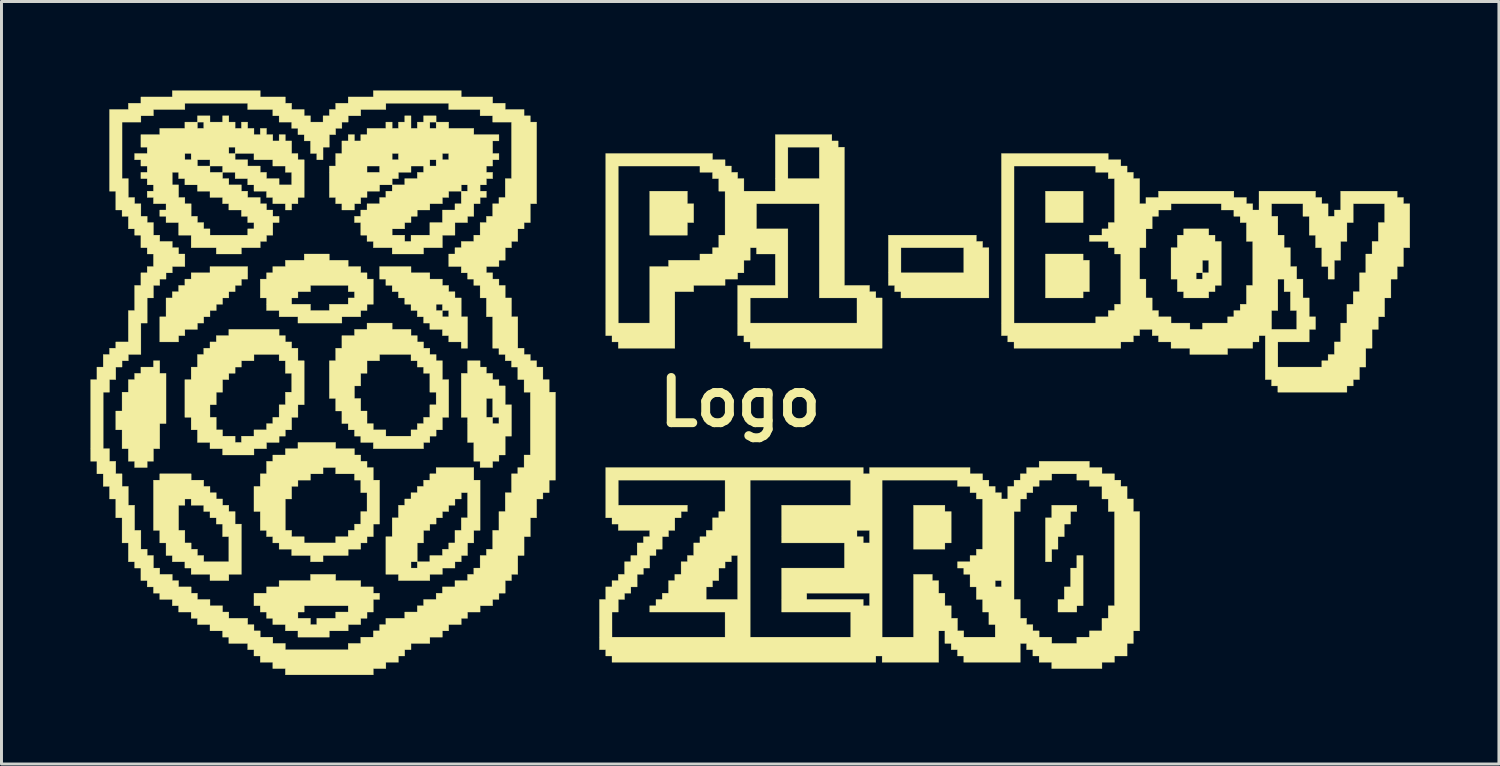
<source format=kicad_pcb>
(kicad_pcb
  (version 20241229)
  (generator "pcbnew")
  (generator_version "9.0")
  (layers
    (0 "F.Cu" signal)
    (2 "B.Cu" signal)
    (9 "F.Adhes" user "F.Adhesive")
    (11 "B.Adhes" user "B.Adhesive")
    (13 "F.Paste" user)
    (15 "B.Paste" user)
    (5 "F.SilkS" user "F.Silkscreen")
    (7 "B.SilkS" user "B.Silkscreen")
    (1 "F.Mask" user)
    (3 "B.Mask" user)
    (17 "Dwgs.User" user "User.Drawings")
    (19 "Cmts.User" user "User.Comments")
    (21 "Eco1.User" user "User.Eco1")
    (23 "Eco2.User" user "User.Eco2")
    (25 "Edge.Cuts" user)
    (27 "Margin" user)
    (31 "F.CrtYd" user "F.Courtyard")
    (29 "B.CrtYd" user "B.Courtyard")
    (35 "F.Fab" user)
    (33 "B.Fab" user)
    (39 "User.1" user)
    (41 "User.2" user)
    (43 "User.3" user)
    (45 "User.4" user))
  (footprint "Logo"
    (layer "F.Cu")
    (at 21.891 10.504)
    (property "Reference" "Logo" (at 0 0 0) (layer "F.SilkS") (effects (font (size 1.524 1.524) (thickness 0.3))))
    (attr through_hole)
    (fp_poly (pts (xy 11.557 -6.054) (xy 10.287 -6.054) (xy 10.287 -7.112) (xy 11.557 -7.112) (xy 11.557 -6.054)) (stroke (width 0.01) (type solid)) (fill yes) (layer "F.SilkS"))
    (fp_poly (pts (xy -1.778 -6.689) (xy -1.566 -6.689) (xy -1.566 -6.054) (xy -1.778 -6.054) (xy -1.778 -5.63) (xy -3.048 -5.63) (xy -3.048 -7.112) (xy -1.778 -7.112) (xy -1.778 -6.689)) (stroke (width 0.01) (type solid)) (fill yes) (layer "F.SilkS"))
    (fp_poly (pts (xy 6.9 3.683) (xy 7.112 3.683) (xy 7.112 4.741) (xy 6.9 4.741) (xy 6.9 4.953) (xy 5.842 4.953) (xy 5.842 3.471) (xy 6.9 3.471) (xy 6.9 3.683)) (stroke (width 0.01) (type solid)) (fill yes) (layer "F.SilkS"))
    (fp_poly (pts (xy 11.557 -4.784) (xy 11.769 -4.784) (xy 11.769 -3.725) (xy 11.557 -3.725) (xy 11.557 -3.514) (xy 10.287 -3.514) (xy 10.287 -4.995) (xy 11.557 -4.995) (xy 11.557 -4.784)) (stroke (width 0.01) (type solid)) (fill yes) (layer "F.SilkS"))
    (fp_poly (pts (xy 11.557 6.858) (xy 11.345 6.858) (xy 11.345 7.07) (xy 10.71 7.07) (xy 10.71 6.646) (xy 10.922 6.646) (xy 10.922 6.223) (xy 11.134 6.223) (xy 11.134 5.588) (xy 11.345 5.588) (xy 11.345 5.165) (xy 11.557 5.165) (xy 11.557 6.858)) (stroke (width 0.01) (type solid)) (fill yes) (layer "F.SilkS"))
    (fp_poly (pts (xy 11.345 3.683) (xy 11.134 3.683) (xy 11.134 4.106) (xy 10.922 4.106) (xy 10.922 4.53) (xy 10.71 4.53) (xy 10.71 4.953) (xy 10.499 4.953) (xy 10.499 5.376) (xy 10.287 5.376) (xy 10.287 3.895) (xy 10.499 3.895) (xy 10.499 3.471) (xy 11.345 3.471) (xy 11.345 3.683)) (stroke (width 0.01) (type solid)) (fill yes) (layer "F.SilkS"))
    (fp_poly (pts (xy 7.959 -5.419) (xy 8.17 -5.419) (xy 8.17 -5.207) (xy 8.382 -5.207) (xy 8.382 -3.514) (xy 5.419 -3.514) (xy 5.419 -3.725) (xy 5.207 -3.725) (xy 5.207 -3.937) (xy 4.995 -3.937) (xy 4.995 -5.207) (xy 5.419 -5.207) (xy 5.419 -4.36) (xy 7.535 -4.36) (xy 7.535 -5.207) (xy 5.419 -5.207) (xy 4.995 -5.207) (xy 4.995 -5.63) (xy 7.959 -5.63) (xy 7.959 -5.419)) (stroke (width 0.01) (type solid)) (fill yes) (layer "F.SilkS"))
    (fp_poly (pts (xy -19.558 -0.974) (xy -19.346 -0.974) (xy -19.346 0.72) (xy -19.558 0.72) (xy -19.558 1.566) (xy -19.77 1.566) (xy -19.77 1.99) (xy -19.981 1.99) (xy -19.981 2.201) (xy -20.405 2.201) (xy -20.405 1.99) (xy -20.616 1.99) (xy -20.616 1.566) (xy -20.828 1.566) (xy -20.828 0.931) (xy -21.04 0.931) (xy -21.04 0.296) (xy -20.828 0.296) (xy -20.828 -0.339) (xy -20.616 -0.339) (xy -20.616 -0.762) (xy -20.405 -0.762) (xy -20.405 -0.974) (xy -20.193 -0.974) (xy -20.193 -1.185) (xy -19.77 -1.185) (xy -19.77 -1.397) (xy -19.558 -1.397) (xy -19.558 -0.974)) (stroke (width 0.01) (type solid)) (fill yes) (layer "F.SilkS"))
    (fp_poly (pts (xy 15.79 -5.63) (xy 16.002 -5.63) (xy 16.002 -5.419) (xy 16.214 -5.419) (xy 16.214 -3.937) (xy 16.002 -3.937) (xy 16.002 -3.725) (xy 15.79 -3.725) (xy 15.79 -3.514) (xy 14.944 -3.514) (xy 14.944 -3.725) (xy 14.732 -3.725) (xy 14.732 -4.149) (xy 14.52 -4.149) (xy 14.52 -4.36) (xy 15.367 -4.36) (xy 15.367 -4.149) (xy 15.579 -4.149) (xy 15.579 -4.36) (xy 15.367 -4.36) (xy 14.52 -4.36) (xy 14.52 -4.784) (xy 15.579 -4.784) (xy 15.579 -4.36) (xy 15.79 -4.36) (xy 15.79 -4.784) (xy 15.579 -4.784) (xy 14.52 -4.784) (xy 14.52 -5.207) (xy 14.732 -5.207) (xy 14.732 -5.63) (xy 14.944 -5.63) (xy 14.944 -5.842) (xy 15.79 -5.842) (xy 15.79 -5.63)) (stroke (width 0.01) (type solid)) (fill yes) (layer "F.SilkS"))
    (fp_poly (pts (xy -16.595 -4.149) (xy -16.806 -4.149) (xy -16.806 -3.937) (xy -17.018 -3.937) (xy -17.018 -3.725) (xy -17.23 -3.725) (xy -17.23 -3.514) (xy -17.441 -3.514) (xy -17.441 -3.302) (xy -17.653 -3.302) (xy -17.653 -3.09) (xy -17.865 -3.09) (xy -17.865 -2.879) (xy -18.076 -2.879) (xy -18.076 -2.667) (xy -18.288 -2.667) (xy -18.288 -2.455) (xy -18.711 -2.455) (xy -18.711 -2.244) (xy -18.923 -2.244) (xy -18.923 -2.032) (xy -19.558 -2.032) (xy -19.558 -2.879) (xy -19.346 -2.879) (xy -19.346 -3.514) (xy -19.135 -3.514) (xy -19.135 -3.725) (xy -18.923 -3.725) (xy -18.923 -3.937) (xy -18.711 -3.937) (xy -18.711 -4.149) (xy -18.5 -4.149) (xy -18.5 -4.36) (xy -17.865 -4.36) (xy -17.865 -4.572) (xy -16.595 -4.572) (xy -16.595 -4.149)) (stroke (width 0.01) (type solid)) (fill yes) (layer "F.SilkS"))
    (fp_poly (pts (xy -8.763 -1.185) (xy -8.551 -1.185) (xy -8.551 -0.974) (xy -8.34 -0.974) (xy -8.34 -0.762) (xy -8.128 -0.762) (xy -8.128 -0.55) (xy -7.916 -0.55) (xy -7.916 0.085) (xy -7.705 0.085) (xy -7.705 1.143) (xy -7.916 1.143) (xy -7.916 1.778) (xy -8.128 1.778) (xy -8.128 1.99) (xy -8.34 1.99) (xy -8.34 2.201) (xy -8.763 2.201) (xy -8.763 1.99) (xy -8.975 1.99) (xy -8.975 1.355) (xy -9.186 1.355) (xy -9.186 0.508) (xy -9.398 0.508) (xy -9.398 -0.127) (xy -8.551 -0.127) (xy -8.551 0.508) (xy -8.34 0.508) (xy -8.34 0.72) (xy -8.128 0.72) (xy -8.128 0.508) (xy -8.34 0.508) (xy -8.34 -0.127) (xy -8.551 -0.127) (xy -9.398 -0.127) (xy -9.398 -0.974) (xy -9.186 -0.974) (xy -9.186 -1.397) (xy -8.763 -1.397) (xy -8.763 -1.185)) (stroke (width 0.01) (type solid)) (fill yes) (layer "F.SilkS"))
    (fp_poly (pts (xy -11.091 -4.36) (xy -10.456 -4.36) (xy -10.456 -4.149) (xy -10.033 -4.149) (xy -10.033 -3.937) (xy -9.821 -3.937) (xy -9.821 -3.725) (xy -9.61 -3.725) (xy -9.61 -3.514) (xy -9.398 -3.514) (xy -9.398 -2.879) (xy -9.186 -2.879) (xy -9.186 -1.82) (xy -9.398 -1.82) (xy -9.398 -2.032) (xy -9.821 -2.032) (xy -9.821 -2.244) (xy -10.033 -2.244) (xy -10.033 -2.455) (xy -10.456 -2.455) (xy -10.456 -2.667) (xy -10.668 -2.667) (xy -10.668 -2.879) (xy -10.88 -2.879) (xy -10.88 -3.09) (xy -11.091 -3.09) (xy -11.091 -3.302) (xy -10.245 -3.302) (xy -10.245 -3.09) (xy -10.033 -3.09) (xy -10.033 -2.879) (xy -9.821 -2.879) (xy -9.821 -3.09) (xy -10.033 -3.09) (xy -10.033 -3.302) (xy -10.245 -3.302) (xy -11.091 -3.302) (xy -11.303 -3.302) (xy -11.303 -3.514) (xy -11.515 -3.514) (xy -11.515 -3.725) (xy -11.726 -3.725) (xy -11.726 -3.937) (xy -11.938 -3.937) (xy -11.938 -4.149) (xy -12.15 -4.149) (xy -12.15 -4.572) (xy -11.091 -4.572) (xy -11.091 -4.36)) (stroke (width 0.01) (type solid)) (fill yes) (layer "F.SilkS"))
    (fp_poly (pts (xy -13.843 -4.784) (xy -13.208 -4.784) (xy -13.208 -4.572) (xy -12.785 -4.572) (xy -12.785 -4.36) (xy -12.573 -4.36) (xy -12.573 -4.149) (xy -12.361 -4.149) (xy -12.361 -3.302) (xy -12.573 -3.302) (xy -12.573 -3.09) (xy -12.785 -3.09) (xy -12.785 -2.879) (xy -13.42 -2.879) (xy -13.42 -2.667) (xy -14.901 -2.667) (xy -14.901 -2.879) (xy -15.536 -2.879) (xy -15.536 -3.09) (xy -15.96 -3.09) (xy -15.96 -3.514) (xy -15.113 -3.514) (xy -15.113 -3.302) (xy -14.478 -3.302) (xy -14.478 -3.09) (xy -13.843 -3.09) (xy -13.843 -3.302) (xy -13.208 -3.302) (xy -13.208 -3.514) (xy -12.996 -3.514) (xy -12.996 -3.725) (xy -13.208 -3.725) (xy -13.208 -3.937) (xy -14.478 -3.937) (xy -14.478 -3.725) (xy -14.901 -3.725) (xy -14.901 -3.514) (xy -15.113 -3.514) (xy -15.96 -3.514) (xy -16.171 -3.514) (xy -16.171 -4.149) (xy -15.96 -4.149) (xy -15.96 -4.36) (xy -15.748 -4.36) (xy -15.748 -4.572) (xy -15.325 -4.572) (xy -15.325 -4.784) (xy -14.69 -4.784) (xy -14.69 -4.995) (xy -13.843 -4.995) (xy -13.843 -4.784)) (stroke (width 0.01) (type solid)) (fill yes) (layer "F.SilkS"))
    (fp_poly (pts (xy -13.631 6.011) (xy -12.785 6.011) (xy -12.785 6.223) (xy -12.361 6.223) (xy -12.361 6.435) (xy -12.15 6.435) (xy -12.15 6.646) (xy -12.361 6.646) (xy -12.361 7.07) (xy -12.573 7.07) (xy -12.573 7.281) (xy -12.785 7.281) (xy -12.785 7.493) (xy -13.208 7.493) (xy -13.208 7.705) (xy -13.843 7.705) (xy -13.843 7.916) (xy -14.901 7.916) (xy -14.901 7.705) (xy -15.325 7.705) (xy -15.325 7.493) (xy -15.748 7.493) (xy -15.748 7.281) (xy -15.96 7.281) (xy -15.96 7.07) (xy -14.901 7.07) (xy -14.901 7.281) (xy -14.478 7.281) (xy -14.478 7.493) (xy -14.266 7.493) (xy -14.266 7.281) (xy -13.631 7.281) (xy -13.631 7.07) (xy -13.208 7.07) (xy -13.208 6.858) (xy -14.69 6.858) (xy -14.69 7.07) (xy -14.901 7.07) (xy -15.96 7.07) (xy -16.171 7.07) (xy -16.171 6.858) (xy -16.383 6.858) (xy -16.383 6.435) (xy -15.96 6.435) (xy -15.96 6.223) (xy -15.536 6.223) (xy -15.536 6.011) (xy -14.478 6.011) (xy -14.478 5.8) (xy -13.631 5.8) (xy -13.631 6.011)) (stroke (width 0.01) (type solid)) (fill yes) (layer "F.SilkS"))
    (fp_poly (pts (xy -18.5 2.625) (xy -18.076 2.625) (xy -18.076 2.836) (xy -17.865 2.836) (xy -17.865 3.048) (xy -17.653 3.048) (xy -17.653 3.26) (xy -17.441 3.26) (xy -17.441 3.471) (xy -17.23 3.471) (xy -17.23 3.683) (xy -17.018 3.683) (xy -17.018 4.106) (xy -16.806 4.106) (xy -16.806 5.8) (xy -17.23 5.8) (xy -17.23 6.011) (xy -17.865 6.011) (xy -17.865 5.8) (xy -18.5 5.8) (xy -18.5 5.588) (xy -18.711 5.588) (xy -18.711 5.376) (xy -19.135 5.376) (xy -19.135 5.165) (xy -19.346 5.165) (xy -19.346 4.741) (xy -19.558 4.741) (xy -19.558 4.318) (xy -19.77 4.318) (xy -19.77 3.471) (xy -18.923 3.471) (xy -18.923 4.318) (xy -18.711 4.318) (xy -18.711 4.741) (xy -18.5 4.741) (xy -18.5 4.953) (xy -18.288 4.953) (xy -18.288 5.165) (xy -18.076 5.165) (xy -18.076 5.376) (xy -17.23 5.376) (xy -17.23 4.53) (xy -17.441 4.53) (xy -17.441 4.106) (xy -17.653 4.106) (xy -17.653 3.895) (xy -17.865 3.895) (xy -17.865 3.683) (xy -18.076 3.683) (xy -18.076 3.471) (xy -18.5 3.471) (xy -18.5 3.26) (xy -18.711 3.26) (xy -18.711 3.471) (xy -18.923 3.471) (xy -19.77 3.471) (xy -19.77 2.625) (xy -19.558 2.625) (xy -19.558 2.413) (xy -18.5 2.413) (xy -18.5 2.625)) (stroke (width 0.01) (type solid)) (fill yes) (layer "F.SilkS"))
    (fp_poly (pts (xy -8.975 2.625) (xy -8.763 2.625) (xy -8.763 4.318) (xy -8.975 4.318) (xy -8.975 4.741) (xy -9.186 4.741) (xy -9.186 5.165) (xy -9.398 5.165) (xy -9.398 5.376) (xy -9.61 5.376) (xy -9.61 5.588) (xy -10.033 5.588) (xy -10.033 5.8) (xy -10.456 5.8) (xy -10.456 6.011) (xy -11.515 6.011) (xy -11.515 5.8) (xy -11.938 5.8) (xy -11.938 5.376) (xy -11.091 5.376) (xy -11.091 5.588) (xy -10.88 5.588) (xy -10.88 5.376) (xy -11.091 5.376) (xy -11.938 5.376) (xy -11.938 4.741) (xy -10.88 4.741) (xy -10.88 5.376) (xy -10.456 5.376) (xy -10.456 5.165) (xy -10.033 5.165) (xy -10.033 4.953) (xy -9.821 4.953) (xy -9.821 4.741) (xy -9.61 4.741) (xy -9.61 4.318) (xy -9.398 4.318) (xy -9.398 3.895) (xy -9.186 3.895) (xy -9.186 3.048) (xy -9.398 3.048) (xy -9.398 3.26) (xy -9.61 3.26) (xy -9.61 3.471) (xy -9.821 3.471) (xy -9.821 3.683) (xy -10.033 3.683) (xy -10.033 3.895) (xy -10.245 3.895) (xy -10.245 4.106) (xy -10.456 4.106) (xy -10.456 4.318) (xy -10.668 4.318) (xy -10.668 4.741) (xy -10.88 4.741) (xy -11.938 4.741) (xy -11.938 4.53) (xy -11.726 4.53) (xy -11.726 3.895) (xy -11.515 3.895) (xy -11.515 3.471) (xy -11.303 3.471) (xy -11.303 3.26) (xy -11.091 3.26) (xy -11.091 3.048) (xy -10.88 3.048) (xy -10.88 2.836) (xy -10.668 2.836) (xy -10.668 2.625) (xy -10.456 2.625) (xy -10.456 2.413) (xy -10.245 2.413) (xy -10.245 2.201) (xy -8.975 2.201) (xy -8.975 2.625)) (stroke (width 0.01) (type solid)) (fill yes) (layer "F.SilkS"))
    (fp_poly (pts (xy -13.631 1.566) (xy -12.996 1.566) (xy -12.996 1.778) (xy -12.785 1.778) (xy -12.785 1.99) (xy -12.573 1.99) (xy -12.573 2.201) (xy -12.361 2.201) (xy -12.361 2.625) (xy -12.15 2.625) (xy -12.15 4.106) (xy -12.361 4.106) (xy -12.361 4.53) (xy -12.573 4.53) (xy -12.573 4.741) (xy -12.785 4.741) (xy -12.785 4.953) (xy -13.208 4.953) (xy -13.208 5.165) (xy -14.055 5.165) (xy -14.055 5.376) (xy -14.478 5.376) (xy -14.478 5.165) (xy -15.113 5.165) (xy -15.113 4.953) (xy -15.536 4.953) (xy -15.536 4.741) (xy -15.748 4.741) (xy -15.748 4.53) (xy -15.96 4.53) (xy -15.96 4.318) (xy -16.171 4.318) (xy -16.171 3.683) (xy -16.383 3.683) (xy -16.383 3.26) (xy -15.325 3.26) (xy -15.325 4.318) (xy -15.113 4.318) (xy -15.113 4.53) (xy -14.69 4.53) (xy -14.69 4.741) (xy -13.631 4.741) (xy -13.631 4.53) (xy -13.208 4.53) (xy -13.208 4.318) (xy -12.996 4.318) (xy -12.996 4.106) (xy -12.785 4.106) (xy -12.785 3.683) (xy -12.573 3.683) (xy -12.573 3.048) (xy -12.785 3.048) (xy -12.785 2.625) (xy -12.996 2.625) (xy -12.996 2.413) (xy -13.631 2.413) (xy -13.631 2.201) (xy -14.055 2.201) (xy -14.055 2.413) (xy -14.478 2.413) (xy -14.478 2.625) (xy -14.901 2.625) (xy -14.901 2.836) (xy -15.113 2.836) (xy -15.113 3.26) (xy -15.325 3.26) (xy -16.383 3.26) (xy -16.383 2.836) (xy -16.171 2.836) (xy -16.171 2.413) (xy -15.96 2.413) (xy -15.96 1.99) (xy -15.748 1.99) (xy -15.748 1.778) (xy -15.325 1.778) (xy -15.325 1.566) (xy -14.901 1.566) (xy -14.901 1.355) (xy -13.631 1.355) (xy -13.631 1.566)) (stroke (width 0.01) (type solid)) (fill yes) (layer "F.SilkS"))
    (fp_poly (pts (xy -11.726 -2.455) (xy -11.091 -2.455) (xy -11.091 -2.244) (xy -10.88 -2.244) (xy -10.88 -2.032) (xy -10.668 -2.032) (xy -10.668 -1.82) (xy -10.456 -1.82) (xy -10.456 -1.609) (xy -10.245 -1.609) (xy -10.245 -1.397) (xy -10.033 -1.397) (xy -10.033 -0.762) (xy -9.821 -0.762) (xy -9.821 0.508) (xy -10.033 0.508) (xy -10.033 0.931) (xy -10.245 0.931) (xy -10.245 1.143) (xy -10.456 1.143) (xy -10.456 1.355) (xy -10.668 1.355) (xy -10.668 1.566) (xy -12.361 1.566) (xy -12.361 1.355) (xy -12.785 1.355) (xy -12.785 1.143) (xy -12.996 1.143) (xy -12.996 0.931) (xy -13.208 0.931) (xy -13.208 0.72) (xy -13.42 0.72) (xy -13.42 0.296) (xy -13.631 0.296) (xy -13.631 -0.127) (xy -13.843 -0.127) (xy -13.843 -0.55) (xy -12.996 -0.55) (xy -12.996 -0.127) (xy -12.785 -0.127) (xy -12.785 0.296) (xy -12.573 0.296) (xy -12.573 0.72) (xy -12.361 0.72) (xy -12.361 0.931) (xy -11.938 0.931) (xy -11.938 1.143) (xy -11.091 1.143) (xy -11.091 0.931) (xy -10.88 0.931) (xy -10.88 0.72) (xy -10.668 0.72) (xy -10.668 0.508) (xy -10.456 0.508) (xy -10.456 0.085) (xy -10.245 0.085) (xy -10.245 -0.339) (xy -10.456 -0.339) (xy -10.456 -0.974) (xy -10.668 -0.974) (xy -10.668 -1.185) (xy -10.88 -1.185) (xy -10.88 -1.397) (xy -11.091 -1.397) (xy -11.091 -1.609) (xy -12.15 -1.609) (xy -12.15 -1.397) (xy -12.573 -1.397) (xy -12.573 -0.974) (xy -12.785 -0.974) (xy -12.785 -0.55) (xy -12.996 -0.55) (xy -13.843 -0.55) (xy -13.843 -1.397) (xy -13.631 -1.397) (xy -13.631 -1.82) (xy -13.42 -1.82) (xy -13.42 -2.244) (xy -12.996 -2.244) (xy -12.996 -2.455) (xy -12.573 -2.455) (xy -12.573 -2.667) (xy -11.726 -2.667) (xy -11.726 -2.455)) (stroke (width 0.01) (type solid)) (fill yes) (layer "F.SilkS"))
    (fp_poly (pts (xy -15.536 -2.244) (xy -15.325 -2.244) (xy -15.325 -2.032) (xy -15.113 -2.032) (xy -15.113 -1.82) (xy -14.901 -1.82) (xy -14.901 -1.397) (xy -14.69 -1.397) (xy -14.69 0.085) (xy -14.901 0.085) (xy -14.901 0.508) (xy -15.113 0.508) (xy -15.113 0.931) (xy -15.325 0.931) (xy -15.325 1.143) (xy -15.536 1.143) (xy -15.536 1.355) (xy -15.96 1.355) (xy -15.96 1.566) (xy -16.383 1.566) (xy -16.383 1.778) (xy -17.441 1.778) (xy -17.441 1.566) (xy -17.865 1.566) (xy -17.865 1.355) (xy -18.288 1.355) (xy -18.288 0.931) (xy -18.5 0.931) (xy -18.5 0.508) (xy -18.711 0.508) (xy -18.711 0.085) (xy -17.865 0.085) (xy -17.865 0.508) (xy -17.653 0.508) (xy -17.653 0.931) (xy -17.441 0.931) (xy -17.441 1.143) (xy -17.018 1.143) (xy -17.018 1.355) (xy -16.806 1.355) (xy -16.806 1.143) (xy -16.383 1.143) (xy -16.383 0.931) (xy -15.96 0.931) (xy -15.96 0.72) (xy -15.748 0.72) (xy -15.748 0.508) (xy -15.536 0.508) (xy -15.536 0.085) (xy -15.325 0.085) (xy -15.325 -0.339) (xy -15.113 -0.339) (xy -15.113 -0.974) (xy -15.325 -0.974) (xy -15.325 -1.397) (xy -15.536 -1.397) (xy -15.536 -1.609) (xy -16.383 -1.609) (xy -16.383 -1.397) (xy -16.806 -1.397) (xy -16.806 -1.185) (xy -17.018 -1.185) (xy -17.018 -0.974) (xy -17.23 -0.974) (xy -17.23 -0.762) (xy -17.441 -0.762) (xy -17.441 -0.339) (xy -17.653 -0.339) (xy -17.653 0.085) (xy -17.865 0.085) (xy -18.711 0.085) (xy -18.711 -0.762) (xy -18.5 -0.762) (xy -18.5 -1.185) (xy -18.288 -1.185) (xy -18.288 -1.609) (xy -18.076 -1.609) (xy -18.076 -1.82) (xy -17.865 -1.82) (xy -17.865 -2.032) (xy -17.653 -2.032) (xy -17.653 -2.244) (xy -17.23 -2.244) (xy -17.23 -2.455) (xy -15.536 -2.455) (xy -15.536 -2.244)) (stroke (width 0.01) (type solid)) (fill yes) (layer "F.SilkS"))
    (fp_poly (pts (xy 3.09 -8.805) (xy 3.302 -8.805) (xy 3.302 -8.594) (xy 3.514 -8.594) (xy 3.514 -3.937) (xy 4.36 -3.937) (xy 4.36 -3.725) (xy 4.572 -3.725) (xy 4.572 -3.514) (xy 4.784 -3.514) (xy 4.784 -1.82) (xy 0.339 -1.82) (xy 0.339 -2.032) (xy 0.127 -2.032) (xy 0.127 -2.244) (xy -0.085 -2.244) (xy -0.085 -3.514) (xy 0.339 -3.514) (xy 0.339 -2.667) (xy 3.937 -2.667) (xy 3.937 -3.514) (xy 2.667 -3.514) (xy 2.667 -6.689) (xy 0.55 -6.689) (xy 0.55 -5.842) (xy 1.609 -5.842) (xy 1.609 -3.514) (xy 0.339 -3.514) (xy -0.085 -3.514) (xy -0.085 -3.937) (xy 1.185 -3.937) (xy 1.185 -4.995) (xy 0.55 -4.995) (xy 0.55 -5.207) (xy 0.339 -5.207) (xy 0.339 -4.784) (xy 0.127 -4.784) (xy 0.127 -4.36) (xy -0.085 -4.36) (xy -0.085 -4.149) (xy -0.508 -4.149) (xy -0.508 -3.937) (xy -1.566 -3.937) (xy -1.566 -3.725) (xy -2.201 -3.725) (xy -2.201 -1.82) (xy -4.106 -1.82) (xy -4.106 -2.032) (xy -4.318 -2.032) (xy -4.318 -2.244) (xy -4.53 -2.244) (xy -4.53 -7.959) (xy -4.106 -7.959) (xy -4.106 -2.667) (xy -3.048 -2.667) (xy -3.048 -4.572) (xy -2.413 -4.572) (xy -2.413 -4.784) (xy -1.355 -4.784) (xy -1.355 -4.995) (xy -0.931 -4.995) (xy -0.931 -5.207) (xy -0.72 -5.207) (xy -0.72 -5.63) (xy -0.508 -5.63) (xy -0.508 -7.112) (xy -0.72 -7.112) (xy -0.72 -7.535) (xy -0.931 -7.535) (xy -0.931 -7.747) (xy -1.355 -7.747) (xy -1.355 -7.959) (xy -4.106 -7.959) (xy -4.53 -7.959) (xy -4.53 -8.382) (xy -0.931 -8.382) (xy -0.931 -8.17) (xy -0.508 -8.17) (xy -0.508 -7.959) (xy -0.296 -7.959) (xy -0.296 -7.747) (xy -0.085 -7.747) (xy -0.085 -7.535) (xy 0.127 -7.535) (xy 0.127 -7.112) (xy 1.185 -7.112) (xy 1.185 -8.594) (xy 1.609 -8.594) (xy 1.609 -7.535) (xy 2.667 -7.535) (xy 2.667 -8.594) (xy 1.609 -8.594) (xy 1.185 -8.594) (xy 1.185 -9.017) (xy 3.09 -9.017) (xy 3.09 -8.805)) (stroke (width 0.01) (type solid)) (fill yes) (layer "F.SilkS"))
    (fp_poly (pts (xy -9.821 -9.44) (xy -9.821 -9.229) (xy -8.975 -9.229) (xy -8.975 -9.017) (xy -8.128 -9.017) (xy -8.128 -8.805) (xy -8.34 -8.805) (xy -8.34 -8.382) (xy -8.128 -8.382) (xy -8.128 -8.17) (xy -8.34 -8.17) (xy -8.34 -7.959) (xy -8.551 -7.959) (xy -8.551 -7.747) (xy -8.34 -7.747) (xy -8.34 -7.535) (xy -8.551 -7.535) (xy -8.551 -7.324) (xy -8.763 -7.324) (xy -8.763 -7.112) (xy -8.551 -7.112) (xy -8.551 -6.9) (xy -8.763 -6.9) (xy -8.763 -6.689) (xy -8.975 -6.689) (xy -8.975 -6.265) (xy -9.186 -6.265) (xy -9.186 -6.054) (xy -9.61 -6.054) (xy -9.61 -5.63) (xy -10.033 -5.63) (xy -10.033 -5.207) (xy -10.668 -5.207) (xy -10.668 -4.995) (xy -11.726 -4.995) (xy -11.726 -5.207) (xy -12.361 -5.207) (xy -12.361 -5.419) (xy -12.573 -5.419) (xy -12.573 -5.63) (xy -12.785 -5.63) (xy -12.785 -5.842) (xy -11.726 -5.842) (xy -11.726 -5.63) (xy -11.303 -5.63) (xy -11.303 -5.419) (xy -11.091 -5.419) (xy -11.091 -5.63) (xy -10.456 -5.63) (xy -10.456 -6.054) (xy -10.033 -6.054) (xy -10.033 -6.477) (xy -9.61 -6.477) (xy -9.61 -6.689) (xy -9.398 -6.689) (xy -9.398 -7.112) (xy -9.821 -7.112) (xy -9.821 -6.9) (xy -10.033 -6.9) (xy -10.033 -6.689) (xy -10.456 -6.689) (xy -10.456 -6.477) (xy -10.88 -6.477) (xy -10.88 -6.265) (xy -11.091 -6.265) (xy -11.091 -6.054) (xy -11.303 -6.054) (xy -11.303 -5.842) (xy -11.726 -5.842) (xy -12.785 -5.842) (xy -12.785 -6.054) (xy -12.996 -6.054) (xy -12.996 -6.265) (xy -12.785 -6.265) (xy -12.785 -6.477) (xy -12.573 -6.477) (xy -12.573 -6.689) (xy -12.15 -6.689) (xy -12.15 -6.9) (xy -11.938 -6.9) (xy -11.938 -7.112) (xy -11.726 -7.112) (xy -11.726 -7.324) (xy -12.15 -7.324) (xy -12.15 -7.112) (xy -12.573 -7.112) (xy -12.573 -6.9) (xy -12.785 -6.9) (xy -12.785 -6.689) (xy -12.996 -6.689) (xy -12.996 -6.477) (xy -13.42 -6.477) (xy -13.42 -6.689) (xy -13.631 -6.689) (xy -13.631 -6.9) (xy -13.843 -6.9) (xy -13.843 -7.535) (xy -11.726 -7.535) (xy -11.726 -7.324) (xy -11.303 -7.324) (xy -9.398 -7.324) (xy -9.398 -7.112) (xy -9.186 -7.112) (xy -9.186 -7.324) (xy -9.398 -7.324) (xy -11.303 -7.324) (xy -11.303 -7.535) (xy -10.88 -7.535) (xy -10.88 -7.747) (xy -10.668 -7.747) (xy -10.668 -7.959) (xy -11.091 -7.959) (xy -11.091 -7.747) (xy -11.515 -7.747) (xy -11.515 -7.535) (xy -11.726 -7.535) (xy -13.843 -7.535) (xy -13.843 -7.959) (xy -13.631 -7.959) (xy -12.573 -7.959) (xy -12.573 -7.747) (xy -12.15 -7.747) (xy -12.15 -7.959) (xy -12.573 -7.959) (xy -13.631 -7.959) (xy -13.631 -8.382) (xy -13.42 -8.382) (xy -11.726 -8.382) (xy -11.726 -8.17) (xy -11.515 -8.17) (xy -10.456 -8.17) (xy -10.456 -7.959) (xy -10.245 -7.959) (xy -10.245 -8.17) (xy -10.456 -8.17) (xy -11.515 -8.17) (xy -11.515 -8.382) (xy -10.033 -8.382) (xy -10.033 -8.17) (xy -9.821 -8.17) (xy -9.821 -8.382) (xy -10.033 -8.382) (xy -11.515 -8.382) (xy -11.726 -8.382) (xy -13.42 -8.382) (xy -13.42 -8.805) (xy -13.208 -8.805) (xy -13.208 -9.017) (xy -12.996 -9.017) (xy -12.996 -8.805) (xy -12.785 -8.805) (xy -12.785 -9.017) (xy -12.573 -9.017) (xy -12.573 -9.229) (xy -11.938 -9.229) (xy -11.938 -9.44) (xy -11.726 -9.44) (xy -11.726 -9.229) (xy -11.515 -9.229) (xy -11.515 -9.44) (xy -11.303 -9.44) (xy -11.303 -9.652) (xy -11.091 -9.652) (xy -11.091 -9.229) (xy -10.88 -9.229) (xy -10.88 -9.44) (xy -10.668 -9.44) (xy -10.456 -9.44) (xy -10.456 -9.229) (xy -10.245 -9.229) (xy -10.245 -9.44) (xy -10.456 -9.44) (xy -10.668 -9.44) (xy -10.668 -9.652) (xy -10.245 -9.652) (xy -10.245 -9.44) (xy -9.821 -9.44)) (stroke (width 0.01) (type solid)) (fill yes) (layer "F.SilkS"))
    (fp_poly (pts (xy -17.865 -9.44) (xy -17.441 -9.44) (xy -17.441 -9.652) (xy -17.23 -9.652) (xy -17.23 -9.44) (xy -17.018 -9.44) (xy -17.018 -9.229) (xy -16.806 -9.229) (xy -16.806 -9.44) (xy -16.595 -9.44) (xy -16.595 -9.229) (xy -16.383 -9.229) (xy -16.383 -9.017) (xy -16.171 -9.017) (xy -16.171 -9.229) (xy -15.96 -9.229) (xy -15.96 -9.017) (xy -15.748 -9.017) (xy -15.748 -8.805) (xy -15.536 -8.805) (xy -15.536 -9.017) (xy -15.325 -9.017) (xy -15.325 -8.805) (xy -15.113 -8.805) (xy -15.113 -8.382) (xy -14.901 -8.382) (xy -14.901 -8.17) (xy -14.69 -8.17) (xy -14.69 -6.9) (xy -14.901 -6.9) (xy -14.901 -6.689) (xy -15.113 -6.689) (xy -15.113 -6.477) (xy -15.325 -6.477) (xy -15.325 -6.689) (xy -15.748 -6.689) (xy -15.748 -6.9) (xy -15.96 -6.9) (xy -15.96 -7.112) (xy -16.383 -7.112) (xy -16.383 -7.324) (xy -16.595 -7.324) (xy -16.595 -7.535) (xy -17.018 -7.535) (xy -17.018 -7.747) (xy -17.441 -7.747) (xy -17.441 -7.535) (xy -17.23 -7.535) (xy -17.23 -7.324) (xy -16.806 -7.324) (xy -16.806 -7.112) (xy -16.595 -7.112) (xy -16.595 -6.9) (xy -16.171 -6.9) (xy -16.171 -6.689) (xy -15.96 -6.689) (xy -15.96 -6.477) (xy -15.748 -6.477) (xy -15.748 -6.265) (xy -15.536 -6.265) (xy -15.536 -6.054) (xy -15.748 -6.054) (xy -15.748 -5.63) (xy -15.96 -5.63) (xy -15.96 -5.419) (xy -16.171 -5.419) (xy -16.171 -5.207) (xy -16.806 -5.207) (xy -16.806 -4.995) (xy -17.653 -4.995) (xy -17.653 -5.207) (xy -18.5 -5.207) (xy -18.5 -5.63) (xy -18.923 -5.63) (xy -18.923 -6.054) (xy -19.346 -6.054) (xy -19.346 -6.265) (xy -19.558 -6.265) (xy -19.558 -6.477) (xy -19.346 -6.477) (xy -19.346 -6.689) (xy -19.77 -6.689) (xy -19.77 -6.9) (xy -19.981 -6.9) (xy -19.981 -7.112) (xy -19.77 -7.112) (xy -19.77 -7.324) (xy -19.981 -7.324) (xy -19.981 -7.535) (xy -20.193 -7.535) (xy -20.193 -7.747) (xy -19.981 -7.747) (xy -19.135 -7.747) (xy -19.135 -7.324) (xy -18.923 -7.324) (xy -18.923 -6.9) (xy -18.711 -6.9) (xy -18.711 -6.689) (xy -18.5 -6.689) (xy -18.5 -6.265) (xy -18.288 -6.265) (xy -18.288 -6.054) (xy -18.076 -6.054) (xy -18.076 -5.842) (xy -17.865 -5.842) (xy -17.865 -5.63) (xy -16.595 -5.63) (xy -16.595 -5.842) (xy -16.383 -5.842) (xy -16.383 -6.054) (xy -16.595 -6.054) (xy -16.595 -6.265) (xy -16.806 -6.265) (xy -16.806 -6.477) (xy -17.23 -6.477) (xy -17.23 -6.689) (xy -17.441 -6.689) (xy -17.441 -6.9) (xy -17.865 -6.9) (xy -17.865 -7.112) (xy -18.288 -7.112) (xy -18.288 -7.324) (xy -18.711 -7.324) (xy -18.711 -7.535) (xy -18.923 -7.535) (xy -18.923 -7.747) (xy -19.135 -7.747) (xy -19.981 -7.747) (xy -19.981 -7.959) (xy -20.193 -7.959) (xy -20.193 -8.17) (xy -20.405 -8.17) (xy -20.405 -8.382) (xy -19.981 -8.382) (xy -18.711 -8.382) (xy -18.711 -8.17) (xy -18.5 -8.17) (xy -18.288 -8.17) (xy -18.288 -7.959) (xy -17.865 -7.959) (xy -17.865 -7.747) (xy -17.441 -7.747) (xy -17.441 -7.959) (xy -17.865 -7.959) (xy -17.865 -8.17) (xy -18.288 -8.17) (xy -18.5 -8.17) (xy -18.5 -8.382) (xy -18.711 -8.382) (xy -19.981 -8.382) (xy -19.981 -8.594) (xy -17.23 -8.594) (xy -17.23 -8.382) (xy -17.018 -8.382) (xy -17.018 -8.17) (xy -16.595 -8.17) (xy -16.595 -7.959) (xy -16.171 -7.959) (xy -16.171 -7.747) (xy -15.96 -7.747) (xy -15.96 -7.535) (xy -15.536 -7.535) (xy -15.536 -7.324) (xy -15.113 -7.324) (xy -15.113 -7.747) (xy -15.325 -7.747) (xy -15.325 -7.959) (xy -15.748 -7.959) (xy -15.748 -8.17) (xy -16.383 -8.17) (xy -16.383 -8.382) (xy -17.018 -8.382) (xy -17.018 -8.594) (xy -17.23 -8.594) (xy -19.981 -8.594) (xy -20.193 -8.594) (xy -20.193 -9.017) (xy -19.558 -9.017) (xy -19.558 -9.229) (xy -18.711 -9.229) (xy -18.711 -9.44) (xy -18.288 -9.44) (xy -18.288 -9.229) (xy -18.076 -9.229) (xy -18.076 -9.44) (xy -18.288 -9.44) (xy -18.288 -9.652) (xy -17.865 -9.652) (xy -17.865 -9.44)) (stroke (width 0.01) (type solid)) (fill yes) (layer "F.SilkS"))
    (fp_poly (pts (xy 12.404 -8.17) (xy 12.827 -8.17) (xy 12.827 -7.959) (xy 13.039 -7.959) (xy 13.039 -7.747) (xy 13.25 -7.747) (xy 13.25 -7.535) (xy 13.462 -7.535) (xy 13.462 -6.689) (xy 13.674 -6.689) (xy 13.674 -6.9) (xy 14.097 -6.9) (xy 14.097 -7.112) (xy 16.637 -7.112) (xy 16.637 -6.9) (xy 17.06 -6.9) (xy 17.06 -6.689) (xy 17.272 -6.689) (xy 17.272 -6.477) (xy 17.484 -6.477) (xy 17.484 -6.689) (xy 17.907 -6.689) (xy 17.907 -6.265) (xy 18.119 -6.265) (xy 18.119 -5.63) (xy 18.33 -5.63) (xy 18.33 -5.207) (xy 18.542 -5.207) (xy 18.542 -4.572) (xy 18.754 -4.572) (xy 18.754 -4.149) (xy 18.965 -4.149) (xy 18.965 -3.514) (xy 19.177 -3.514) (xy 19.177 -2.879) (xy 19.389 -2.879) (xy 19.389 -2.455) (xy 19.177 -2.455) (xy 19.177 -2.032) (xy 18.119 -2.032) (xy 18.119 -1.185) (xy 19.6 -1.185) (xy 19.6 -1.397) (xy 19.812 -1.397) (xy 19.812 -1.609) (xy 20.024 -1.609) (xy 20.024 -2.032) (xy 20.235 -2.032) (xy 20.235 -2.667) (xy 20.447 -2.667) (xy 20.447 -3.302) (xy 20.659 -3.302) (xy 20.659 -3.725) (xy 20.87 -3.725) (xy 20.87 -4.36) (xy 21.082 -4.36) (xy 21.082 -4.995) (xy 21.294 -4.995) (xy 21.294 -5.419) (xy 21.505 -5.419) (xy 21.505 -6.054) (xy 21.717 -6.054) (xy 21.717 -6.689) (xy 20.659 -6.689) (xy 20.659 -6.054) (xy 20.447 -6.054) (xy 20.447 -5.419) (xy 20.235 -5.419) (xy 20.235 -4.784) (xy 20.024 -4.784) (xy 20.024 -4.149) (xy 19.812 -4.149) (xy 19.812 -4.572) (xy 19.6 -4.572) (xy 19.6 -5.207) (xy 19.389 -5.207) (xy 19.389 -5.63) (xy 19.177 -5.63) (xy 19.177 -6.265) (xy 18.965 -6.265) (xy 18.965 -6.689) (xy 17.907 -6.689) (xy 17.484 -6.689) (xy 17.484 -7.112) (xy 19.389 -7.112) (xy 19.389 -6.9) (xy 19.6 -6.9) (xy 19.6 -6.689) (xy 19.812 -6.689) (xy 19.812 -6.265) (xy 20.024 -6.265) (xy 20.024 -6.477) (xy 20.235 -6.477) (xy 20.235 -7.112) (xy 22.14 -7.112) (xy 22.14 -6.9) (xy 22.352 -6.9) (xy 22.352 -6.689) (xy 22.564 -6.689) (xy 22.564 -5.207) (xy 22.352 -5.207) (xy 22.352 -4.572) (xy 22.14 -4.572) (xy 22.14 -4.149) (xy 21.929 -4.149) (xy 21.929 -3.514) (xy 21.717 -3.514) (xy 21.717 -2.879) (xy 21.505 -2.879) (xy 21.505 -2.455) (xy 21.294 -2.455) (xy 21.294 -1.82) (xy 21.082 -1.82) (xy 21.082 -1.185) (xy 20.87 -1.185) (xy 20.87 -0.762) (xy 20.659 -0.762) (xy 20.659 -0.55) (xy 20.447 -0.55) (xy 20.447 -0.339) (xy 18.119 -0.339) (xy 18.119 -0.55) (xy 17.907 -0.55) (xy 17.907 -0.762) (xy 17.695 -0.762) (xy 17.695 -2.244) (xy 17.484 -2.244) (xy 17.484 -2.032) (xy 17.272 -2.032) (xy 17.272 -1.82) (xy 16.425 -1.82) (xy 16.425 -1.609) (xy 15.155 -1.609) (xy 15.155 -1.82) (xy 14.52 -1.82) (xy 14.52 -2.032) (xy 14.097 -2.032) (xy 14.097 -2.244) (xy 13.885 -2.244) (xy 13.885 -2.455) (xy 13.462 -2.455) (xy 13.462 -2.244) (xy 13.25 -2.244) (xy 13.25 -2.032) (xy 12.827 -2.032) (xy 12.827 -1.82) (xy 9.229 -1.82) (xy 9.229 -2.032) (xy 9.017 -2.032) (xy 9.017 -2.244) (xy 8.805 -2.244) (xy 8.805 -7.959) (xy 9.229 -7.959) (xy 9.229 -2.667) (xy 11.98 -2.667) (xy 11.98 -2.879) (xy 12.404 -2.879) (xy 12.404 -3.09) (xy 12.615 -3.09) (xy 12.615 -3.302) (xy 12.827 -3.302) (xy 12.827 -4.995) (xy 12.615 -4.995) (xy 12.615 -5.207) (xy 13.462 -5.207) (xy 13.462 -4.149) (xy 13.674 -4.149) (xy 13.674 -3.514) (xy 13.885 -3.514) (xy 13.885 -3.09) (xy 14.097 -3.09) (xy 14.097 -2.879) (xy 14.52 -2.879) (xy 14.52 -2.667) (xy 15.155 -2.667) (xy 15.155 -2.455) (xy 15.579 -2.455) (xy 15.579 -2.667) (xy 16.425 -2.667) (xy 16.425 -2.879) (xy 16.637 -2.879) (xy 16.637 -3.09) (xy 16.849 -3.09) (xy 17.907 -3.09) (xy 17.907 -2.455) (xy 18.754 -2.455) (xy 18.754 -3.09) (xy 18.542 -3.09) (xy 18.542 -3.725) (xy 18.33 -3.725) (xy 18.33 -4.149) (xy 18.119 -4.149) (xy 18.119 -3.09) (xy 17.907 -3.09) (xy 16.849 -3.09) (xy 16.849 -3.302) (xy 17.06 -3.302) (xy 17.06 -3.937) (xy 17.272 -3.937) (xy 17.272 -5.419) (xy 17.06 -5.419) (xy 17.06 -6.054) (xy 16.849 -6.054) (xy 16.849 -6.265) (xy 16.637 -6.265) (xy 16.637 -6.477) (xy 16.214 -6.477) (xy 16.214 -6.689) (xy 14.52 -6.689) (xy 14.52 -6.477) (xy 14.097 -6.477) (xy 14.097 -6.265) (xy 13.885 -6.265) (xy 13.885 -5.842) (xy 13.674 -5.842) (xy 13.674 -5.207) (xy 13.462 -5.207) (xy 12.615 -5.207) (xy 12.404 -5.207) (xy 12.404 -5.419) (xy 11.769 -5.419) (xy 11.769 -5.63) (xy 12.192 -5.63) (xy 12.192 -5.842) (xy 12.404 -5.842) (xy 12.404 -6.054) (xy 12.615 -6.054) (xy 12.615 -7.535) (xy 12.404 -7.535) (xy 12.404 -7.747) (xy 11.98 -7.747) (xy 11.98 -7.959) (xy 9.229 -7.959) (xy 8.805 -7.959) (xy 8.805 -8.382) (xy 12.404 -8.382) (xy 12.404 -8.17)) (stroke (width 0.01) (type solid)) (fill yes) (layer "F.SilkS"))
    (fp_poly (pts (xy 11.769 2.201) (xy 12.192 2.201) (xy 12.192 2.413) (xy 12.615 2.413) (xy 12.615 2.625) (xy 12.827 2.625) (xy 12.827 2.836) (xy 13.039 2.836) (xy 13.039 3.26) (xy 13.25 3.26) (xy 13.25 3.683) (xy 13.462 3.683) (xy 13.462 7.705) (xy 13.25 7.705) (xy 13.25 8.128) (xy 13.039 8.128) (xy 13.039 8.551) (xy 12.615 8.551) (xy 12.615 8.763) (xy 12.192 8.763) (xy 12.192 8.975) (xy 10.499 8.975) (xy 10.499 8.763) (xy 10.075 8.763) (xy 10.075 8.551) (xy 9.864 8.551) (xy 9.864 8.34) (xy 9.652 8.34) (xy 9.652 8.128) (xy 9.44 8.128) (xy 9.44 8.763) (xy 7.535 8.763) (xy 7.535 8.551) (xy 7.324 8.551) (xy 7.324 8.34) (xy 7.112 8.34) (xy 7.112 8.128) (xy 6.9 8.128) (xy 6.9 7.705) (xy 6.689 7.705) (xy 6.689 8.763) (xy 4.784 8.763) (xy 4.784 8.551) (xy 4.572 8.551) (xy 4.572 8.763) (xy -4.318 8.763) (xy -4.318 8.551) (xy -4.53 8.551) (xy -4.53 8.34) (xy -4.741 8.34) (xy -4.741 7.07) (xy -4.318 7.07) (xy -4.318 7.916) (xy -0.508 7.916) (xy -0.508 7.07) (xy -3.048 7.07) (xy -3.048 6.858) (xy -2.836 6.858) (xy -2.836 6.646) (xy -2.625 6.646) (xy -2.625 6.435) (xy -2.413 6.435) (xy -2.413 6.223) (xy -1.143 6.223) (xy -1.143 6.646) (xy -0.085 6.646) (xy -0.085 5.165) (xy -0.296 5.165) (xy -0.296 5.376) (xy -0.508 5.376) (xy -0.508 5.588) (xy -0.72 5.588) (xy -0.72 6.011) (xy -0.931 6.011) (xy -0.931 6.223) (xy -1.143 6.223) (xy -2.413 6.223) (xy -2.413 6.011) (xy -2.201 6.011) (xy -2.201 5.8) (xy -1.99 5.8) (xy -1.99 5.376) (xy -1.778 5.376) (xy -1.778 5.165) (xy -1.566 5.165) (xy -1.566 4.741) (xy -1.355 4.741) (xy -1.355 4.53) (xy -1.143 4.53) (xy -1.143 4.318) (xy -0.931 4.318) (xy -0.931 3.895) (xy -0.72 3.895) (xy -0.72 3.683) (xy -0.508 3.683) (xy -0.508 2.625) (xy 0.339 2.625) (xy 0.339 7.916) (xy 3.725 7.916) (xy 3.725 7.07) (xy 1.397 7.07) (xy 1.397 6.435) (xy 2.244 6.435) (xy 2.244 6.646) (xy 4.149 6.646) (xy 4.149 6.858) (xy 4.36 6.858) (xy 4.36 6.435) (xy 2.244 6.435) (xy 1.397 6.435) (xy 1.397 5.588) (xy 3.514 5.588) (xy 3.514 4.741) (xy 1.397 4.741) (xy 1.397 4.318) (xy 3.937 4.318) (xy 3.937 4.53) (xy 4.149 4.53) (xy 4.149 4.741) (xy 4.36 4.741) (xy 4.36 4.318) (xy 3.937 4.318) (xy 1.397 4.318) (xy 1.397 3.471) (xy 3.725 3.471) (xy 3.725 2.625) (xy 4.784 2.625) (xy 4.784 7.916) (xy 5.842 7.916) (xy 5.842 5.8) (xy 6.477 5.8) (xy 6.477 6.011) (xy 6.689 6.011) (xy 6.689 6.435) (xy 6.9 6.435) (xy 6.9 6.858) (xy 7.112 6.858) (xy 7.112 7.281) (xy 7.324 7.281) (xy 7.324 7.705) (xy 7.535 7.705) (xy 7.535 7.916) (xy 8.594 7.916) (xy 8.594 7.493) (xy 8.382 7.493) (xy 8.382 7.07) (xy 8.17 7.07) (xy 8.17 6.646) (xy 7.959 6.646) (xy 7.959 6.223) (xy 7.747 6.223) (xy 7.747 6.011) (xy 8.594 6.011) (xy 8.594 6.223) (xy 8.805 6.223) (xy 8.805 6.011) (xy 8.594 6.011) (xy 7.747 6.011) (xy 7.747 5.8) (xy 7.535 5.8) (xy 7.535 5.588) (xy 7.324 5.588) (xy 7.324 5.376) (xy 7.747 5.376) (xy 7.747 5.165) (xy 7.959 5.165) (xy 7.959 4.953) (xy 8.17 4.953) (xy 8.17 3.683) (xy 9.229 3.683) (xy 9.229 6.646) (xy 9.44 6.646) (xy 9.44 7.281) (xy 9.652 7.281) (xy 9.652 7.493) (xy 9.864 7.493) (xy 9.864 7.705) (xy 10.075 7.705) (xy 10.075 7.916) (xy 10.499 7.916) (xy 10.499 8.128) (xy 11.345 8.128) (xy 11.345 7.916) (xy 11.769 7.916) (xy 11.769 7.705) (xy 12.192 7.705) (xy 12.192 7.281) (xy 12.404 7.281) (xy 12.404 6.858) (xy 12.615 6.858) (xy 12.615 3.683) (xy 12.404 3.683) (xy 12.404 3.26) (xy 12.192 3.26) (xy 12.192 2.836) (xy 11.769 2.836) (xy 11.769 2.625) (xy 11.345 2.625) (xy 11.345 2.413) (xy 10.499 2.413) (xy 10.499 2.625) (xy 10.075 2.625) (xy 10.075 2.836) (xy 9.864 2.836) (xy 9.864 3.048) (xy 9.652 3.048) (xy 9.652 3.26) (xy 9.44 3.26) (xy 9.44 3.683) (xy 9.229 3.683) (xy 8.17 3.683) (xy 8.17 3.26) (xy 7.959 3.26) (xy 7.959 3.048) (xy 7.747 3.048) (xy 7.747 2.836) (xy 7.324 2.836) (xy 7.324 2.625) (xy 4.784 2.625) (xy 3.725 2.625) (xy 0.339 2.625) (xy -0.508 2.625) (xy -4.106 2.625) (xy -4.106 3.471) (xy -1.778 3.471) (xy -1.778 3.683) (xy -1.99 3.683) (xy -1.99 3.895) (xy -2.201 3.895) (xy -2.201 4.318) (xy -2.413 4.318) (xy -2.413 4.53) (xy -2.625 4.53) (xy -2.625 4.953) (xy -2.836 4.953) (xy -2.836 5.165) (xy -3.048 5.165) (xy -3.048 5.588) (xy -3.26 5.588) (xy -3.26 5.8) (xy -3.471 5.8) (xy -3.471 6.223) (xy -3.683 6.223) (xy -3.683 6.435) (xy -3.895 6.435) (xy -3.895 6.646) (xy -4.106 6.646) (xy -4.106 7.07) (xy -4.318 7.07) (xy -4.741 7.07) (xy -4.741 6.646) (xy -4.53 6.646) (xy -4.53 6.223) (xy -4.318 6.223) (xy -4.318 6.011) (xy -4.106 6.011) (xy -4.106 5.8) (xy -3.895 5.8) (xy -3.895 5.376) (xy -3.683 5.376) (xy -3.683 5.165) (xy -3.471 5.165) (xy -3.471 4.741) (xy -3.26 4.741) (xy -3.26 4.53) (xy -3.048 4.53) (xy -3.048 4.318) (xy -4.106 4.318) (xy -4.106 4.106) (xy -4.318 4.106) (xy -4.318 3.895) (xy -4.53 3.895) (xy -4.53 2.201) (xy 4.149 2.201) (xy 4.149 2.413) (xy 4.36 2.413) (xy 4.36 2.201) (xy 7.747 2.201) (xy 7.747 2.413) (xy 8.17 2.413) (xy 8.17 2.625) (xy 8.382 2.625) (xy 8.382 2.836) (xy 8.594 2.836) (xy 8.594 3.048) (xy 8.805 3.048) (xy 8.805 3.26) (xy 9.017 3.26) (xy 9.017 2.836) (xy 9.229 2.836) (xy 9.229 2.625) (xy 9.44 2.625) (xy 9.44 2.413) (xy 9.652 2.413) (xy 9.652 2.201) (xy 10.075 2.201) (xy 10.075 1.99) (xy 11.769 1.99) (xy 11.769 2.201)) (stroke (width 0.01) (type solid)) (fill yes) (layer "F.SilkS"))
    (fp_poly (pts (xy -16.171 -10.287) (xy -15.325 -10.287) (xy -15.325 -10.075) (xy -15.113 -10.075) (xy -15.113 -9.864) (xy -14.69 -9.864) (xy -14.69 -9.652) (xy -14.478 -9.652) (xy -14.478 -9.44) (xy -14.055 -9.44) (xy -14.055 -9.652) (xy -13.843 -9.652) (xy -13.843 -9.864) (xy -13.631 -9.864) (xy -13.631 -10.075) (xy -13.208 -10.075) (xy -13.208 -10.287) (xy -12.361 -10.287) (xy -12.361 -10.499) (xy -9.398 -10.499) (xy -9.398 -10.287) (xy -8.34 -10.287) (xy -8.34 -10.075) (xy -7.916 -10.075) (xy -7.916 -9.864) (xy -7.281 -9.864) (xy -7.281 -9.652) (xy -7.07 -9.652) (xy -7.07 -9.44) (xy -6.858 -9.44) (xy -6.858 -6.689) (xy -7.07 -6.689) (xy -7.07 -6.054) (xy -7.281 -6.054) (xy -7.281 -5.842) (xy -7.493 -5.842) (xy -7.493 -5.419) (xy -7.705 -5.419) (xy -7.705 -5.207) (xy -7.916 -5.207) (xy -7.916 -4.784) (xy -8.128 -4.784) (xy -8.128 -4.572) (xy -8.551 -4.572) (xy -8.551 -4.36) (xy -8.34 -4.36) (xy -8.34 -4.149) (xy -8.128 -4.149) (xy -8.128 -3.937) (xy -7.916 -3.937) (xy -7.916 -3.514) (xy -7.705 -3.514) (xy -7.705 -2.879) (xy -7.493 -2.879) (xy -7.493 -1.82) (xy -7.281 -1.82) (xy -7.281 -1.609) (xy -7.07 -1.609) (xy -7.07 -1.397) (xy -6.858 -1.397) (xy -6.858 -1.185) (xy -6.646 -1.185) (xy -6.646 -0.762) (xy -6.435 -0.762) (xy -6.435 -0.339) (xy -6.223 -0.339) (xy -6.223 2.625) (xy -6.435 2.625) (xy -6.435 3.048) (xy -6.646 3.048) (xy -6.646 3.26) (xy -6.858 3.26) (xy -6.858 3.895) (xy -7.07 3.895) (xy -7.07 4.53) (xy -7.281 4.53) (xy -7.281 5.165) (xy -7.493 5.165) (xy -7.493 5.8) (xy -7.705 5.8) (xy -7.705 6.011) (xy -7.916 6.011) (xy -7.916 6.435) (xy -8.128 6.435) (xy -8.128 6.646) (xy -8.34 6.646) (xy -8.34 6.858) (xy -8.763 6.858) (xy -8.763 7.07) (xy -9.186 7.07) (xy -9.186 7.281) (xy -9.398 7.281) (xy -9.398 7.493) (xy -9.821 7.493) (xy -9.821 7.705) (xy -10.033 7.705) (xy -10.033 7.916) (xy -10.456 7.916) (xy -10.456 8.128) (xy -11.091 8.128) (xy -11.091 8.34) (xy -11.303 8.34) (xy -11.303 8.551) (xy -11.515 8.551) (xy -11.515 8.763) (xy -11.938 8.763) (xy -11.938 8.975) (xy -12.361 8.975) (xy -12.361 9.186) (xy -15.325 9.186) (xy -15.325 8.975) (xy -15.748 8.975) (xy -15.748 8.763) (xy -16.171 8.763) (xy -16.171 8.551) (xy -16.383 8.551) (xy -16.383 8.34) (xy -16.595 8.34) (xy -16.595 8.128) (xy -17.23 8.128) (xy -17.23 7.916) (xy -17.441 7.916) (xy -17.441 7.705) (xy -17.865 7.705) (xy -17.865 7.493) (xy -18.288 7.493) (xy -18.288 7.281) (xy -18.5 7.281) (xy -18.5 7.07) (xy -18.923 7.07) (xy -18.923 6.858) (xy -19.135 6.858) (xy -19.135 6.646) (xy -19.558 6.646) (xy -19.558 6.435) (xy -19.77 6.435) (xy -19.77 6.223) (xy -19.981 6.223) (xy -19.981 6.011) (xy -20.193 6.011) (xy -20.193 5.588) (xy -20.405 5.588) (xy -20.405 5.376) (xy -20.616 5.376) (xy -20.616 4.741) (xy -20.828 4.741) (xy -20.828 3.895) (xy -21.04 3.895) (xy -21.04 3.26) (xy -21.251 3.26) (xy -21.251 2.836) (xy -21.463 2.836) (xy -21.463 2.413) (xy -21.675 2.413) (xy -21.675 1.99) (xy -21.886 1.99) (xy -21.886 -0.339) (xy -21.463 -0.339) (xy -21.463 1.566) (xy -21.251 1.566) (xy -21.251 1.99) (xy -21.04 1.99) (xy -21.04 2.413) (xy -20.828 2.413) (xy -20.828 2.836) (xy -20.616 2.836) (xy -20.616 3.471) (xy -20.405 3.471) (xy -20.405 4.318) (xy -20.193 4.318) (xy -20.193 4.953) (xy -19.981 4.953) (xy -19.981 5.165) (xy -19.77 5.165) (xy -19.77 5.588) (xy -19.558 5.588) (xy -19.558 5.8) (xy -19.135 5.8) (xy -19.135 6.011) (xy -18.923 6.011) (xy -18.923 6.223) (xy -18.5 6.223) (xy -18.5 6.435) (xy -18.288 6.435) (xy -18.288 6.646) (xy -17.865 6.646) (xy -17.865 6.858) (xy -17.441 6.858) (xy -17.441 7.07) (xy -17.23 7.07) (xy -17.23 7.281) (xy -16.595 7.281) (xy -16.595 7.493) (xy -16.383 7.493) (xy -16.383 7.705) (xy -16.171 7.705) (xy -16.171 7.916) (xy -15.748 7.916) (xy -15.748 8.128) (xy -15.325 8.128) (xy -15.325 8.34) (xy -13.208 8.34) (xy -13.208 8.128) (xy -12.785 8.128) (xy -12.785 7.916) (xy -12.361 7.916) (xy -12.361 7.705) (xy -12.15 7.705) (xy -12.15 7.493) (xy -11.938 7.493) (xy -11.938 7.281) (xy -11.303 7.281) (xy -11.303 7.07) (xy -10.88 7.07) (xy -10.88 6.858) (xy -10.668 6.858) (xy -10.668 6.646) (xy -10.245 6.646) (xy -10.245 6.435) (xy -10.033 6.435) (xy -10.033 6.223) (xy -9.61 6.223) (xy -9.61 6.011) (xy -9.186 6.011) (xy -9.186 5.8) (xy -8.975 5.8) (xy -8.975 5.588) (xy -8.763 5.588) (xy -8.763 5.165) (xy -8.551 5.165) (xy -8.551 4.953) (xy -8.34 4.953) (xy -8.34 4.318) (xy -8.128 4.318) (xy -8.128 3.683) (xy -7.916 3.683) (xy -7.916 3.048) (xy -7.705 3.048) (xy -7.705 2.413) (xy -7.493 2.413) (xy -7.493 2.201) (xy -7.281 2.201) (xy -7.281 1.778) (xy -7.07 1.778) (xy -7.07 -0.339) (xy -7.281 -0.339) (xy -7.281 -0.762) (xy -7.493 -0.762) (xy -7.493 -1.185) (xy -7.705 -1.185) (xy -7.705 -1.397) (xy -7.916 -1.397) (xy -7.916 -1.609) (xy -8.128 -1.609) (xy -8.128 -1.82) (xy -8.34 -1.82) (xy -8.34 -2.879) (xy -8.551 -2.879) (xy -8.551 -3.514) (xy -8.763 -3.514) (xy -8.763 -3.937) (xy -8.975 -3.937) (xy -8.975 -4.149) (xy -9.186 -4.149) (xy -9.186 -4.36) (xy -9.398 -4.36) (xy -9.398 -4.572) (xy -9.821 -4.572) (xy -9.821 -4.995) (xy -9.61 -4.995) (xy -9.61 -5.207) (xy -9.398 -5.207) (xy -9.398 -5.419) (xy -8.975 -5.419) (xy -8.975 -5.63) (xy -8.763 -5.63) (xy -8.763 -6.054) (xy -8.551 -6.054) (xy -8.551 -6.265) (xy -8.34 -6.265) (xy -8.34 -6.689) (xy -8.128 -6.689) (xy -8.128 -6.9) (xy -7.916 -6.9) (xy -7.916 -7.535) (xy -7.705 -7.535) (xy -7.705 -9.44) (xy -8.34 -9.44) (xy -8.34 -9.652) (xy -8.763 -9.652) (xy -8.763 -9.864) (xy -9.821 -9.864) (xy -9.821 -10.075) (xy -11.938 -10.075) (xy -11.938 -9.864) (xy -12.785 -9.864) (xy -12.785 -9.652) (xy -13.208 -9.652) (xy -13.208 -9.44) (xy -13.42 -9.44) (xy -13.42 -9.229) (xy -13.631 -9.229) (xy -13.631 -9.017) (xy -13.843 -9.017) (xy -13.843 -8.594) (xy -14.055 -8.594) (xy -14.055 -8.17) (xy -14.266 -8.17) (xy -14.266 -8.382) (xy -14.478 -8.382) (xy -14.478 -8.805) (xy -14.69 -8.805) (xy -14.69 -9.017) (xy -14.901 -9.017) (xy -14.901 -9.229) (xy -15.113 -9.229) (xy -15.113 -9.44) (xy -15.536 -9.44) (xy -15.536 -9.652) (xy -15.748 -9.652) (xy -15.748 -9.864) (xy -16.595 -9.864) (xy -16.595 -10.075) (xy -18.711 -10.075) (xy -18.711 -9.864) (xy -19.77 -9.864) (xy -19.77 -9.652) (xy -20.193 -9.652) (xy -20.193 -9.44) (xy -20.828 -9.44) (xy -20.828 -7.535) (xy -20.616 -7.535) (xy -20.616 -6.9) (xy -20.405 -6.9) (xy -20.405 -6.689) (xy -20.193 -6.689) (xy -20.193 -6.265) (xy -19.981 -6.265) (xy -19.981 -6.054) (xy -19.77 -6.054) (xy -19.77 -5.63) (xy -19.558 -5.63) (xy -19.558 -5.419) (xy -19.135 -5.419) (xy -19.135 -5.207) (xy -18.923 -5.207) (xy -18.923 -4.995) (xy -18.711 -4.995) (xy -18.711 -4.572) (xy -19.135 -4.572) (xy -19.135 -4.36) (xy -19.346 -4.36) (xy -19.346 -4.149) (xy -19.558 -4.149) (xy -19.558 -3.937) (xy -19.77 -3.937) (xy -19.77 -3.514) (xy -19.981 -3.514) (xy -19.981 -2.667) (xy -20.193 -2.667) (xy -20.193 -1.609) (xy -20.616 -1.609) (xy -20.616 -1.397) (xy -20.828 -1.397) (xy -20.828 -1.185) (xy -21.04 -1.185) (xy -21.04 -0.762) (xy -21.251 -0.762) (xy -21.251 -0.339) (xy -21.463 -0.339) (xy -21.886 -0.339) (xy -21.886 -0.762) (xy -21.675 -0.762) (xy -21.675 -1.185) (xy -21.463 -1.185) (xy -21.463 -1.609) (xy -21.251 -1.609) (xy -21.251 -1.82) (xy -21.04 -1.82) (xy -21.04 -2.032) (xy -20.616 -2.032) (xy -20.616 -3.09) (xy -20.405 -3.09) (xy -20.405 -3.937) (xy -20.193 -3.937) (xy -20.193 -4.36) (xy -19.981 -4.36) (xy -19.981 -4.572) (xy -19.77 -4.572) (xy -19.77 -4.995) (xy -19.981 -4.995) (xy -19.981 -5.207) (xy -20.193 -5.207) (xy -20.193 -5.63) (xy -20.405 -5.63) (xy -20.405 -5.842) (xy -20.616 -5.842) (xy -20.616 -6.265) (xy -20.828 -6.265) (xy -20.828 -6.477) (xy -21.04 -6.477) (xy -21.04 -7.112) (xy -21.251 -7.112) (xy -21.251 -9.864) (xy -20.616 -9.864) (xy -20.616 -10.075) (xy -20.193 -10.075) (xy -20.193 -10.287) (xy -19.135 -10.287) (xy -19.135 -10.499) (xy -16.171 -10.499) (xy -16.171 -10.287)) (stroke (width 0.01) (type solid)) (fill yes) (layer "F.SilkS")))
  (gr_rect
    (start -3 -3)
    (end 47.46 22.695)
    (stroke (width 0.1) (type default))
    (fill no)
    (layer "Edge.Cuts")))
</source>
